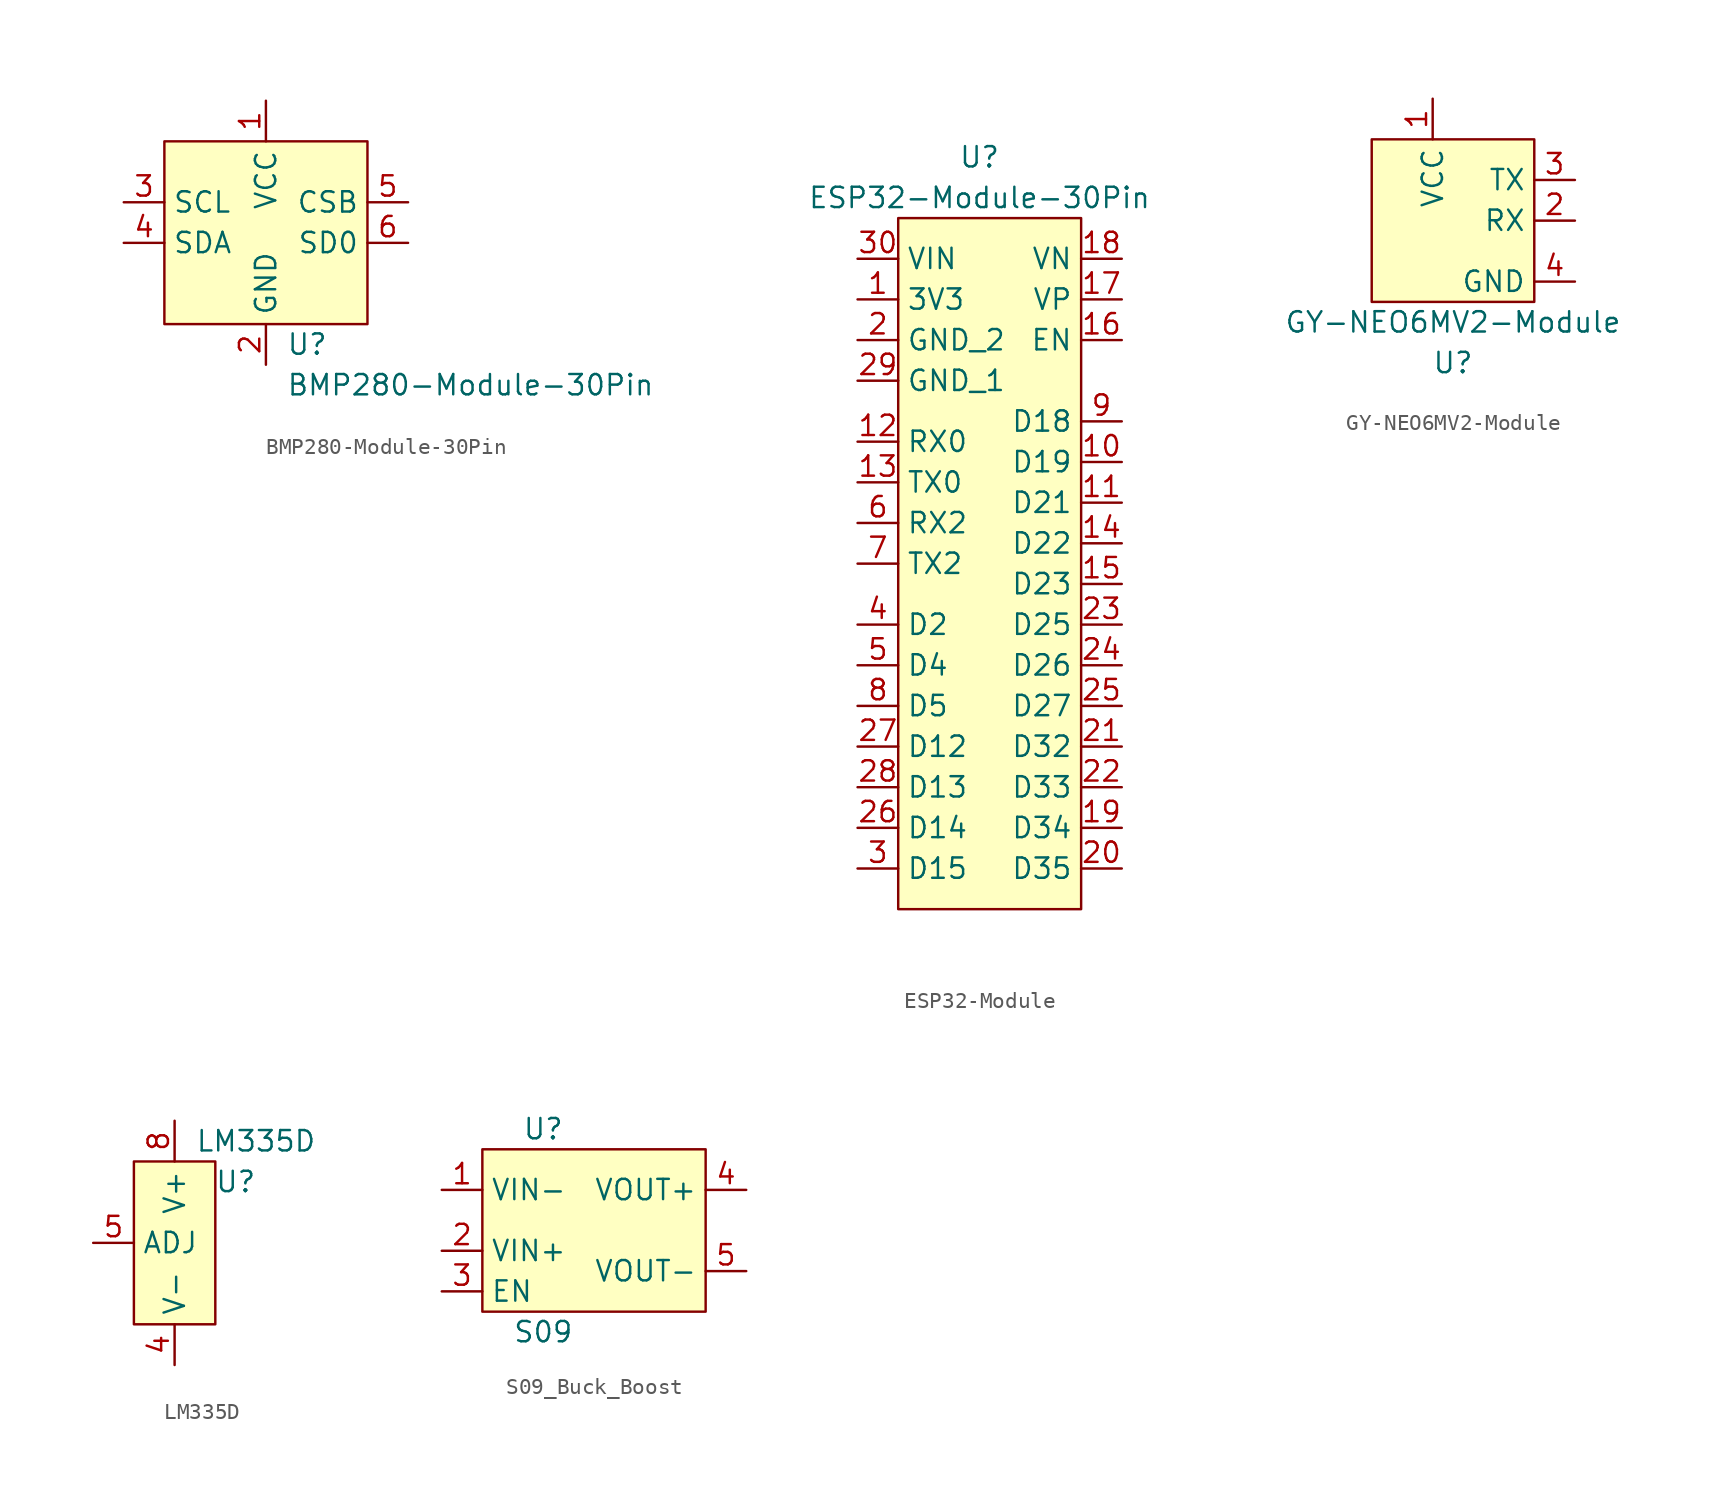
<source format=kicad_sym>
(kicad_symbol_lib
  (version 20220914)
  (generator kicad_symbol_editor)
  (symbol "BMP280-Module-30Pin"
    (property "Reference" "U"
      (at -1.27 -2.54 0)
      (effects (font (size 1.27 1.27)) (justify left)))
    (property "Value" "BMP280-Module-30Pin"
      (at -1.27 -5.08 0)
      (effects (font (size 1.27 1.27)) (justify left)))
    (symbol "BMP280-Module-30Pin_1_1"
      (rectangle (start -8.89 10.16) (end 3.81 -1.27) (stroke (width 0) (type default)) (fill (type background)))
      (pin power_in line (at -2.54 12.7 270) (length 2.54) (name "VCC" (effects (font (size 1.27 1.27)))) (number "1" (effects (font (size 1.27 1.27)))))
      (pin power_in line (at -2.54 -3.81 90) (length 2.54) (name "GND" (effects (font (size 1.27 1.27)))) (number "2" (effects (font (size 1.27 1.27)))))
      (pin input line (at -11.43 6.35 0) (length 2.54) (name "SCL" (effects (font (size 1.27 1.27)))) (number "3" (effects (font (size 1.27 1.27)))))
      (pin bidirectional line (at -11.43 3.81 0) (length 2.54) (name "SDA" (effects (font (size 1.27 1.27)))) (number "4" (effects (font (size 1.27 1.27)))))
      (pin bidirectional line (at 6.35 6.35 180) (length 2.54) (name "CSB" (effects (font (size 1.27 1.27)))) (number "5" (effects (font (size 1.27 1.27)))))
      (pin bidirectional line (at 6.35 3.81 180) (length 2.54) (name "SD0" (effects (font (size 1.27 1.27)))) (number "6" (effects (font (size 1.27 1.27)))))))
  (symbol "ESP32-Module"
    (property "Reference" "U"
      (at 0 25.4 0)
      (effects (font (size 1.27 1.27))))
    (property "Value" "ESP32-Module-30Pin"
      (at 0 22.86 0)
      (effects (font (size 1.27 1.27))))
    (symbol "ESP32-Module_1_1"
      (rectangle (start -5.08 21.59) (end 6.35 -21.59) (stroke (width 0) (type default)) (fill (type background)))
      (pin bidirectional line (at -7.62 16.51 0) (length 2.54) (name "3V3" (effects (font (size 1.27 1.27)))) (number "1" (effects (font (size 1.27 1.27)))))
      (pin bidirectional line (at 8.89 6.35 180) (length 2.54) (name "D19" (effects (font (size 1.27 1.27)))) (number "10" (effects (font (size 1.27 1.27)))))
      (pin bidirectional line (at 8.89 3.81 180) (length 2.54) (name "D21" (effects (font (size 1.27 1.27)))) (number "11" (effects (font (size 1.27 1.27)))))
      (pin bidirectional line (at -7.62 7.62 0) (length 2.54) (name "RX0" (effects (font (size 1.27 1.27)))) (number "12" (effects (font (size 1.27 1.27)))))
      (pin bidirectional line (at -7.62 5.08 0) (length 2.54) (name "TX0" (effects (font (size 1.27 1.27)))) (number "13" (effects (font (size 1.27 1.27)))))
      (pin bidirectional line (at 8.89 1.27 180) (length 2.54) (name "D22" (effects (font (size 1.27 1.27)))) (number "14" (effects (font (size 1.27 1.27)))))
      (pin bidirectional line (at 8.89 -1.27 180) (length 2.54) (name "D23" (effects (font (size 1.27 1.27)))) (number "15" (effects (font (size 1.27 1.27)))))
      (pin bidirectional line (at 8.89 13.97 180) (length 2.54) (name "EN" (effects (font (size 1.27 1.27)))) (number "16" (effects (font (size 1.27 1.27)))))
      (pin bidirectional line (at 8.89 16.51 180) (length 2.54) (name "VP" (effects (font (size 1.27 1.27)))) (number "17" (effects (font (size 1.27 1.27)))))
      (pin bidirectional line (at 8.89 19.05 180) (length 2.54) (name "VN" (effects (font (size 1.27 1.27)))) (number "18" (effects (font (size 1.27 1.27)))))
      (pin bidirectional line (at 8.89 -16.51 180) (length 2.54) (name "D34" (effects (font (size 1.27 1.27)))) (number "19" (effects (font (size 1.27 1.27)))))
      (pin power_in line (at -7.62 13.97 0) (length 2.54) (name "GND_2" (effects (font (size 1.27 1.27)))) (number "2" (effects (font (size 1.27 1.27)))))
      (pin bidirectional line (at 8.89 -19.05 180) (length 2.54) (name "D35" (effects (font (size 1.27 1.27)))) (number "20" (effects (font (size 1.27 1.27)))))
      (pin bidirectional line (at 8.89 -11.43 180) (length 2.54) (name "D32" (effects (font (size 1.27 1.27)))) (number "21" (effects (font (size 1.27 1.27)))))
      (pin bidirectional line (at 8.89 -13.97 180) (length 2.54) (name "D33" (effects (font (size 1.27 1.27)))) (number "22" (effects (font (size 1.27 1.27)))))
      (pin bidirectional line (at 8.89 -3.81 180) (length 2.54) (name "D25" (effects (font (size 1.27 1.27)))) (number "23" (effects (font (size 1.27 1.27)))))
      (pin bidirectional line (at 8.89 -6.35 180) (length 2.54) (name "D26" (effects (font (size 1.27 1.27)))) (number "24" (effects (font (size 1.27 1.27)))))
      (pin bidirectional line (at 8.89 -8.89 180) (length 2.54) (name "D27" (effects (font (size 1.27 1.27)))) (number "25" (effects (font (size 1.27 1.27)))))
      (pin bidirectional line (at -7.62 -16.51 0) (length 2.54) (name "D14" (effects (font (size 1.27 1.27)))) (number "26" (effects (font (size 1.27 1.27)))))
      (pin bidirectional line (at -7.62 -11.43 0) (length 2.54) (name "D12" (effects (font (size 1.27 1.27)))) (number "27" (effects (font (size 1.27 1.27)))))
      (pin bidirectional line (at -7.62 -13.97 0) (length 2.54) (name "D13" (effects (font (size 1.27 1.27)))) (number "28" (effects (font (size 1.27 1.27)))))
      (pin power_in line (at -7.62 11.43 0) (length 2.54) (name "GND_1" (effects (font (size 1.27 1.27)))) (number "29" (effects (font (size 1.27 1.27)))))
      (pin bidirectional line (at -7.62 -19.05 0) (length 2.54) (name "D15" (effects (font (size 1.27 1.27)))) (number "3" (effects (font (size 1.27 1.27)))))
      (pin power_in line (at -7.62 19.05 0) (length 2.54) (name "VIN" (effects (font (size 1.27 1.27)))) (number "30" (effects (font (size 1.27 1.27)))))
      (pin bidirectional line (at -7.62 -3.81 0) (length 2.54) (name "D2" (effects (font (size 1.27 1.27)))) (number "4" (effects (font (size 1.27 1.27)))))
      (pin bidirectional line (at -7.62 -6.35 0) (length 2.54) (name "D4" (effects (font (size 1.27 1.27)))) (number "5" (effects (font (size 1.27 1.27)))))
      (pin bidirectional line (at -7.62 2.54 0) (length 2.54) (name "RX2" (effects (font (size 1.27 1.27)))) (number "6" (effects (font (size 1.27 1.27)))))
      (pin bidirectional line (at -7.62 0 0) (length 2.54) (name "TX2" (effects (font (size 1.27 1.27)))) (number "7" (effects (font (size 1.27 1.27)))))
      (pin bidirectional line (at -7.62 -8.89 0) (length 2.54) (name "D5" (effects (font (size 1.27 1.27)))) (number "8" (effects (font (size 1.27 1.27)))))
      (pin bidirectional line (at 8.89 8.89 180) (length 2.54) (name "D18" (effects (font (size 1.27 1.27)))) (number "9" (effects (font (size 1.27 1.27)))))))
  (symbol "GY-NEO6MV2-Module"
    (property "Reference" "U"
      (at 0 -11.43 0)
      (effects (font (size 1.27 1.27))))
    (property "Value" "GY-NEO6MV2-Module"
      (at 0 -8.89 0)
      (effects (font (size 1.27 1.27))))
    (symbol "GY-NEO6MV2-Module_1_1"
      (rectangle (start -5.08 2.54) (end 5.08 -7.62) (stroke (width 0) (type default)) (fill (type background)))
      (pin power_in line (at -1.27 5.08 270) (length 2.54) (name "VCC" (effects (font (size 1.27 1.27)))) (number "1" (effects (font (size 1.27 1.27)))))
      (pin input line (at 7.62 -2.54 180) (length 2.54) (name "RX" (effects (font (size 1.27 1.27)))) (number "2" (effects (font (size 1.27 1.27)))))
      (pin output line (at 7.62 0 180) (length 2.54) (name "TX" (effects (font (size 1.27 1.27)))) (number "3" (effects (font (size 1.27 1.27)))))
      (pin power_in line (at 7.62 -6.35 180) (length 2.54) (name "GND" (effects (font (size 1.27 1.27)))) (number "4" (effects (font (size 1.27 1.27)))))))
  (symbol "LM335D"
    (property "Reference" "U"
      (at 3.81 3.81 0)
      (effects (font (size 1.27 1.27))))
    (property "Value" "LM335D"
      (at 5.08 6.35 0)
      (effects (font (size 1.27 1.27))))
    (symbol "LM335D_1_1"
      (rectangle (start -2.54 5.08) (end 2.54 -5.08) (stroke (width 0) (type default)) (fill (type background)))
      (pin no_connect line (at 2.54 -2.54 180) (length 2.54) hide (name "NC" (effects (font (size 1.27 1.27)))) (number "1" (effects (font (size 1.27 1.27)))))
      (pin no_connect line (at 2.54 2.54 180) (length 2.54) hide (name "NC" (effects (font (size 1.27 1.27)))) (number "2" (effects (font (size 1.27 1.27)))))
      (pin no_connect line (at 2.54 0 180) (length 2.54) hide (name "NC" (effects (font (size 1.27 1.27)))) (number "3" (effects (font (size 1.27 1.27)))))
      (pin input line (at 0 -7.62 90) (length 2.54) (name "V-" (effects (font (size 1.27 1.27)))) (number "4" (effects (font (size 1.27 1.27)))))
      (pin input line (at -5.08 0 0) (length 2.54) (name "ADJ" (effects (font (size 1.27 1.27)))) (number "5" (effects (font (size 1.27 1.27)))))
      (pin no_connect line (at -2.54 -2.54 0) (length 2.54) hide (name "NC" (effects (font (size 1.27 1.27)))) (number "6" (effects (font (size 1.27 1.27)))))
      (pin no_connect line (at 2.54 5.08 180) (length 2.54) hide (name "NC" (effects (font (size 1.27 1.27)))) (number "7" (effects (font (size 1.27 1.27)))))
      (pin input line (at 0 7.62 270) (length 2.54) (name "V+" (effects (font (size 1.27 1.27)))) (number "8" (effects (font (size 1.27 1.27)))))))
  (symbol "S09_Buck_Boost"
    (property "Reference" "U"
      (at 0 6.35 0)
      (effects (font (size 1.27 1.27))))
    (property "Value" "S09"
      (at 0 -6.35 0)
      (effects (font (size 1.27 1.27))))
    (symbol "S09_Buck_Boost_1_1"
      (rectangle (start -3.81 5.08) (end 10.16 -5.08) (stroke (width 0) (type default)) (fill (type background)))
      (pin power_in line (at -6.35 2.54 0) (length 2.54) (name "VIN-" (effects (font (size 1.27 1.27)))) (number "1" (effects (font (size 1.27 1.27)))))
      (pin power_in line (at -6.35 -1.27 0) (length 2.54) (name "VIN+" (effects (font (size 1.27 1.27)))) (number "2" (effects (font (size 1.27 1.27)))))
      (pin input line (at -6.35 -3.81 0) (length 2.54) (name "EN" (effects (font (size 1.27 1.27)))) (number "3" (effects (font (size 1.27 1.27)))))
      (pin power_out line (at 12.7 2.54 180) (length 2.54) (name "VOUT+" (effects (font (size 1.27 1.27)))) (number "4" (effects (font (size 1.27 1.27)))))
      (pin power_out line (at 12.7 -2.54 180) (length 2.54) (name "VOUT-" (effects (font (size 1.27 1.27)))) (number "5" (effects (font (size 1.27 1.27))))))))
</source>
